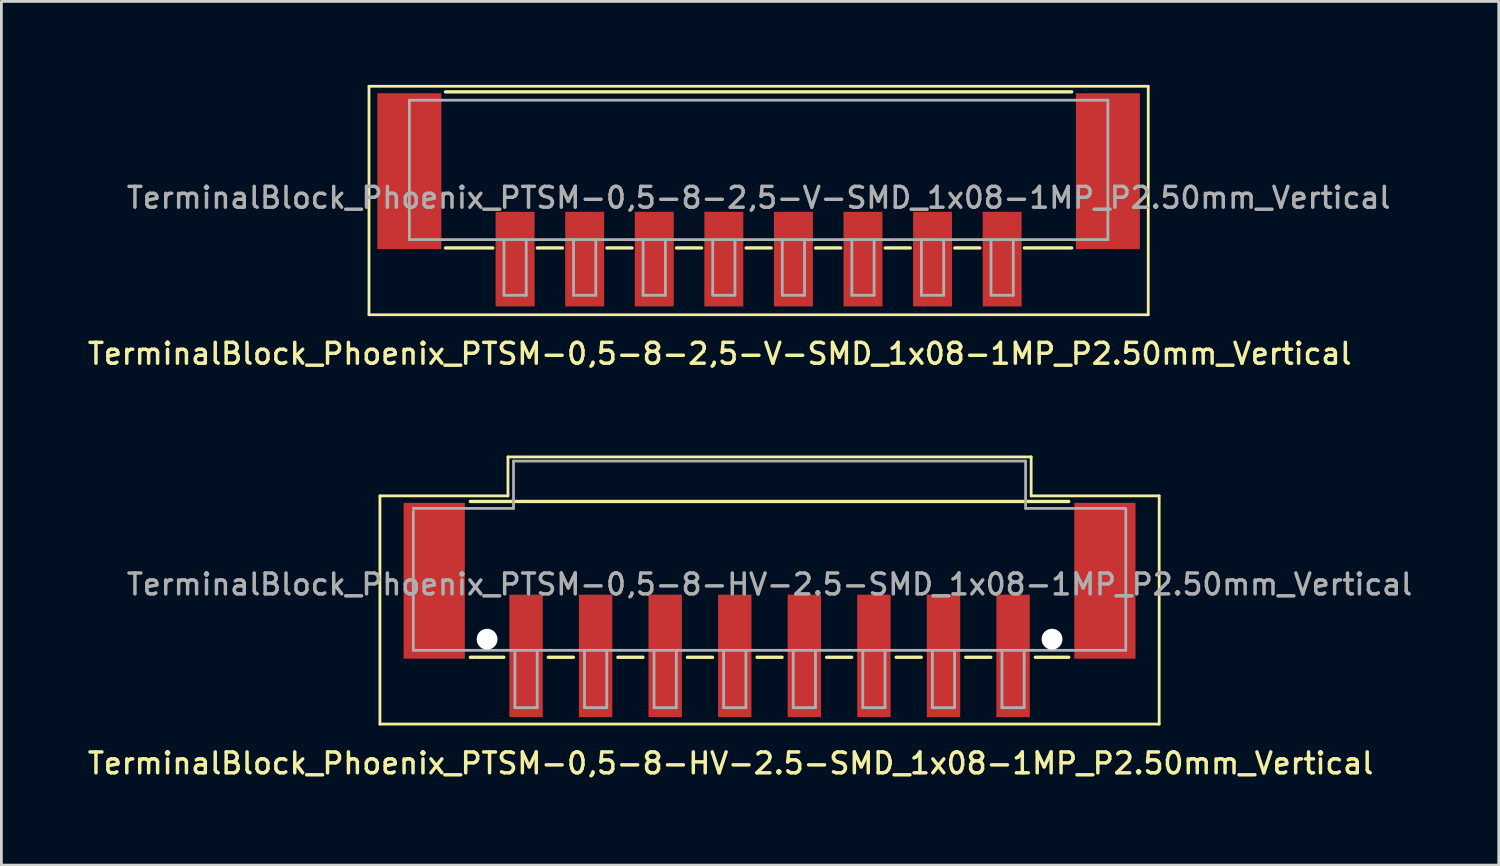
<source format=kicad_pcb>
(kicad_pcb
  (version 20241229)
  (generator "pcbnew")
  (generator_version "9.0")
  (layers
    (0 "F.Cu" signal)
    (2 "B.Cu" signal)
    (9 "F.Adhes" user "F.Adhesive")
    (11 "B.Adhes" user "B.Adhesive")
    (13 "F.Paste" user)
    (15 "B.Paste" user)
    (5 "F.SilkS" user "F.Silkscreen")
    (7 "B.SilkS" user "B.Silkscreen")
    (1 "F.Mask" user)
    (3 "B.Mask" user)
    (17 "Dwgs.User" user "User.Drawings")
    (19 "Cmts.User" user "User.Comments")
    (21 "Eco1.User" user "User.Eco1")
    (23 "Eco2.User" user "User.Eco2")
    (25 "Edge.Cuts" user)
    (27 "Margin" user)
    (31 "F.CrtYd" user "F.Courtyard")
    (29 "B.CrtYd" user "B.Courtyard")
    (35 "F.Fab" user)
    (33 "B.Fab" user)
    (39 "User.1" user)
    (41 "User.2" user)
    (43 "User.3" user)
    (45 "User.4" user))
  (footprint "TerminalBlock_Phoenix_PTSM-0,5-8-2,5-V-SMD_1x08-1MP_P2.50mm_Vertical"
    (layer "F.Cu")
    (at 24.209 4.13)
    (property "Reference" "TerminalBlock_Phoenix_PTSM-0,5-8-2,5-V-SMD_1x08-1MP_P2.50mm_Vertical" (at -1.4 5.53 0) (layer "F.SilkS") (effects (font (size 0.75 0.75) (thickness 0.125))))
    (attr smd)
    (fp_line (start -14 -4.08) (end 14 -4.08) (stroke (width 0.1) (type solid)) (layer "F.SilkS"))
    (fp_line (start -14 4.13) (end -14 -4.08) (stroke (width 0.1) (type solid)) (layer "F.SilkS"))
    (fp_line (start -11.25 -3.88) (end 11.25 -3.88) (stroke (width 0.12) (type solid)) (layer "F.SilkS"))
    (fp_line (start -9.55 1.73) (end -11.25 1.73) (stroke (width 0.12) (type solid)) (layer "F.SilkS"))
    (fp_line (start -7.05 1.73) (end -7.95 1.73) (stroke (width 0.12) (type solid)) (layer "F.SilkS"))
    (fp_line (start -4.55 1.73) (end -5.45 1.73) (stroke (width 0.12) (type solid)) (layer "F.SilkS"))
    (fp_line (start -2.05 1.73) (end -2.95 1.73) (stroke (width 0.12) (type solid)) (layer "F.SilkS"))
    (fp_line (start 0.45 1.73) (end -0.45 1.73) (stroke (width 0.12) (type solid)) (layer "F.SilkS"))
    (fp_line (start 2.95 1.73) (end 2.05 1.73) (stroke (width 0.12) (type solid)) (layer "F.SilkS"))
    (fp_line (start 5.45 1.73) (end 4.55 1.73) (stroke (width 0.12) (type solid)) (layer "F.SilkS"))
    (fp_line (start 7.95 1.73) (end 7.05 1.73) (stroke (width 0.12) (type solid)) (layer "F.SilkS"))
    (fp_line (start 11.25 1.73) (end 9.55 1.73) (stroke (width 0.12) (type solid)) (layer "F.SilkS"))
    (fp_line (start 14 -4.08) (end 14 4.13) (stroke (width 0.1) (type solid)) (layer "F.SilkS"))
    (fp_line (start 14 4.13) (end -14 4.13) (stroke (width 0.1) (type solid)) (layer "F.SilkS"))
    (fp_line (start -12.55 -3.58) (end 12.55 -3.58) (stroke (width 0.1) (type solid)) (layer "F.Fab"))
    (fp_line (start -12.55 1.43) (end -12.55 -3.58) (stroke (width 0.1) (type solid)) (layer "F.Fab"))
    (fp_line (start -9.15 1.43) (end -9.15 3.43) (stroke (width 0.1) (type solid)) (layer "F.Fab"))
    (fp_line (start -9.15 3.43) (end -8.35 3.43) (stroke (width 0.1) (type solid)) (layer "F.Fab"))
    (fp_line (start -8.35 1.43) (end -8.35 3.43) (stroke (width 0.1) (type solid)) (layer "F.Fab"))
    (fp_line (start -6.65 1.43) (end -6.65 3.43) (stroke (width 0.1) (type solid)) (layer "F.Fab"))
    (fp_line (start -6.65 3.43) (end -5.85 3.43) (stroke (width 0.1) (type solid)) (layer "F.Fab"))
    (fp_line (start -5.85 1.43) (end -5.85 3.43) (stroke (width 0.1) (type solid)) (layer "F.Fab"))
    (fp_line (start -4.15 1.43) (end -4.15 3.43) (stroke (width 0.1) (type solid)) (layer "F.Fab"))
    (fp_line (start -4.15 3.43) (end -3.35 3.43) (stroke (width 0.1) (type solid)) (layer "F.Fab"))
    (fp_line (start -3.35 1.43) (end -3.35 3.43) (stroke (width 0.1) (type solid)) (layer "F.Fab"))
    (fp_line (start -1.65 1.43) (end -1.65 3.43) (stroke (width 0.1) (type solid)) (layer "F.Fab"))
    (fp_line (start -1.65 3.43) (end -0.85 3.43) (stroke (width 0.1) (type solid)) (layer "F.Fab"))
    (fp_line (start -0.85 1.43) (end -0.85 3.43) (stroke (width 0.1) (type solid)) (layer "F.Fab"))
    (fp_line (start 0.85 1.43) (end 0.85 3.43) (stroke (width 0.1) (type solid)) (layer "F.Fab"))
    (fp_line (start 0.85 3.43) (end 1.65 3.43) (stroke (width 0.1) (type solid)) (layer "F.Fab"))
    (fp_line (start 1.65 1.43) (end 1.65 3.43) (stroke (width 0.1) (type solid)) (layer "F.Fab"))
    (fp_line (start 3.35 1.43) (end 3.35 3.43) (stroke (width 0.1) (type solid)) (layer "F.Fab"))
    (fp_line (start 3.35 3.43) (end 4.15 3.43) (stroke (width 0.1) (type solid)) (layer "F.Fab"))
    (fp_line (start 4.15 1.43) (end 4.15 3.43) (stroke (width 0.1) (type solid)) (layer "F.Fab"))
    (fp_line (start 5.85 1.43) (end 5.85 3.43) (stroke (width 0.1) (type solid)) (layer "F.Fab"))
    (fp_line (start 5.85 3.43) (end 6.65 3.43) (stroke (width 0.1) (type solid)) (layer "F.Fab"))
    (fp_line (start 6.65 1.43) (end 6.65 3.43) (stroke (width 0.1) (type solid)) (layer "F.Fab"))
    (fp_line (start 8.35 1.43) (end 8.35 3.43) (stroke (width 0.1) (type solid)) (layer "F.Fab"))
    (fp_line (start 8.35 3.43) (end 9.15 3.43) (stroke (width 0.1) (type solid)) (layer "F.Fab"))
    (fp_line (start 9.15 1.43) (end 9.15 3.43) (stroke (width 0.1) (type solid)) (layer "F.Fab"))
    (fp_line (start 12.55 1.43) (end -12.55 1.43) (stroke (width 0.1) (type solid)) (layer "F.Fab"))
    (fp_line (start 12.55 1.43) (end 12.55 -3.58) (stroke (width 0.1) (type solid)) (layer "F.Fab"))
    (fp_text user "${REFERENCE}" (at 0 -0.075 0) (layer "F.Fab") (effects (font (size 0.75 0.75) (thickness 0.125))))
    (pad "1" smd rect (at -8.75 2.13 180) (size 1.4 3.4) (layers "F.Cu" "F.Mask" "F.Paste"))
    (pad "2" smd rect (at -6.25 2.13 180) (size 1.4 3.4) (layers "F.Cu" "F.Mask" "F.Paste"))
    (pad "3" smd rect (at -3.75 2.13 180) (size 1.4 3.4) (layers "F.Cu" "F.Mask" "F.Paste"))
    (pad "4" smd rect (at -1.25 2.13 180) (size 1.4 3.4) (layers "F.Cu" "F.Mask" "F.Paste"))
    (pad "5" smd rect (at 1.25 2.13 180) (size 1.4 3.4) (layers "F.Cu" "F.Mask" "F.Paste"))
    (pad "6" smd rect (at 3.75 2.13 180) (size 1.4 3.4) (layers "F.Cu" "F.Mask" "F.Paste"))
    (pad "7" smd rect (at 6.25 2.13 180) (size 1.4 3.4) (layers "F.Cu" "F.Mask" "F.Paste"))
    (pad "8" smd rect (at 8.75 2.13 180) (size 1.4 3.4) (layers "F.Cu" "F.Mask" "F.Paste"))
    (pad "MP" smd rect (at -12.55 -1.03 180) (size 2.3 5.6) (layers "F.Cu" "F.Mask" "F.Paste"))
    (pad "MP" smd rect (at 12.55 -1.03 180) (size 2.3 5.6) (layers "F.Cu" "F.Mask" "F.Paste")))
  (footprint "TerminalBlock_Phoenix_PTSM-0,5-8-HV-2.5-SMD_1x08-1MP_P2.50mm_Vertical"
    (layer "F.Cu")
    (at 24.602 18.868)
    (property "Reference" "TerminalBlock_Phoenix_PTSM-0,5-8-HV-2.5-SMD_1x08-1MP_P2.50mm_Vertical" (at -1.4 5.51 0) (layer "F.SilkS") (effects (font (size 0.75 0.75) (thickness 0.125))))
    (attr smd)
    (fp_line (start -14 -4.1) (end -9.4 -4.1) (stroke (width 0.1) (type solid)) (layer "F.SilkS"))
    (fp_line (start -14 4.1) (end -14 -4.1) (stroke (width 0.1) (type solid)) (layer "F.SilkS"))
    (fp_line (start -10.75 -3.9) (end 10.75 -3.9) (stroke (width 0.12) (type solid)) (layer "F.SilkS"))
    (fp_line (start -9.55 1.7) (end -10.75 1.7) (stroke (width 0.12) (type solid)) (layer "F.SilkS"))
    (fp_line (start -9.4 -5.5) (end 9.4 -5.5) (stroke (width 0.1) (type solid)) (layer "F.SilkS"))
    (fp_line (start -9.4 -4.1) (end -9.4 -5.5) (stroke (width 0.1) (type solid)) (layer "F.SilkS"))
    (fp_line (start -7.05 1.7) (end -7.95 1.7) (stroke (width 0.12) (type solid)) (layer "F.SilkS"))
    (fp_line (start -4.55 1.7) (end -5.45 1.7) (stroke (width 0.12) (type solid)) (layer "F.SilkS"))
    (fp_line (start -2.05 1.7) (end -2.95 1.7) (stroke (width 0.12) (type solid)) (layer "F.SilkS"))
    (fp_line (start 0.45 1.7) (end -0.45 1.7) (stroke (width 0.12) (type solid)) (layer "F.SilkS"))
    (fp_line (start 2.95 1.7) (end 2.05 1.7) (stroke (width 0.12) (type solid)) (layer "F.SilkS"))
    (fp_line (start 5.45 1.7) (end 4.55 1.7) (stroke (width 0.12) (type solid)) (layer "F.SilkS"))
    (fp_line (start 7.95 1.7) (end 7.05 1.7) (stroke (width 0.12) (type solid)) (layer "F.SilkS"))
    (fp_line (start 9.4 -4.1) (end 9.4 -5.5) (stroke (width 0.1) (type solid)) (layer "F.SilkS"))
    (fp_line (start 10.75 1.7) (end 9.55 1.7) (stroke (width 0.12) (type solid)) (layer "F.SilkS"))
    (fp_line (start 14 -4.1) (end 9.4 -4.1) (stroke (width 0.1) (type solid)) (layer "F.SilkS"))
    (fp_line (start 14 -4.1) (end 14 4.1) (stroke (width 0.1) (type solid)) (layer "F.SilkS"))
    (fp_line (start 14 4.1) (end -14 4.1) (stroke (width 0.1) (type solid)) (layer "F.SilkS"))
    (fp_line (start -12.8 -3.65) (end -9.2 -3.65) (stroke (width 0.1) (type solid)) (layer "F.Fab"))
    (fp_line (start -12.8 1.45) (end -12.8 -3.55) (stroke (width 0.1) (type solid)) (layer "F.Fab"))
    (fp_line (start -9.2 -5.35) (end 9.2 -5.35) (stroke (width 0.1) (type solid)) (layer "F.Fab"))
    (fp_line (start -9.2 -3.65) (end -9.2 -5.35) (stroke (width 0.1) (type solid)) (layer "F.Fab"))
    (fp_line (start -9.15 1.45) (end -9.15 3.51) (stroke (width 0.1) (type solid)) (layer "F.Fab"))
    (fp_line (start -9.15 3.51) (end -8.35 3.51) (stroke (width 0.1) (type solid)) (layer "F.Fab"))
    (fp_line (start -8.35 1.45) (end -8.35 3.51) (stroke (width 0.1) (type solid)) (layer "F.Fab"))
    (fp_line (start -6.65 1.45) (end -6.65 3.51) (stroke (width 0.1) (type solid)) (layer "F.Fab"))
    (fp_line (start -6.65 3.51) (end -5.85 3.51) (stroke (width 0.1) (type solid)) (layer "F.Fab"))
    (fp_line (start -5.85 1.45) (end -5.85 3.51) (stroke (width 0.1) (type solid)) (layer "F.Fab"))
    (fp_line (start -4.15 1.45) (end -4.15 3.51) (stroke (width 0.1) (type solid)) (layer "F.Fab"))
    (fp_line (start -4.15 3.51) (end -3.35 3.51) (stroke (width 0.1) (type solid)) (layer "F.Fab"))
    (fp_line (start -3.35 1.45) (end -3.35 3.51) (stroke (width 0.1) (type solid)) (layer "F.Fab"))
    (fp_line (start -1.65 1.45) (end -1.65 3.51) (stroke (width 0.1) (type solid)) (layer "F.Fab"))
    (fp_line (start -1.65 3.51) (end -0.85 3.51) (stroke (width 0.1) (type solid)) (layer "F.Fab"))
    (fp_line (start -0.85 1.45) (end -0.85 3.51) (stroke (width 0.1) (type solid)) (layer "F.Fab"))
    (fp_line (start 0.85 1.45) (end 0.85 3.51) (stroke (width 0.1) (type solid)) (layer "F.Fab"))
    (fp_line (start 0.85 3.51) (end 1.65 3.51) (stroke (width 0.1) (type solid)) (layer "F.Fab"))
    (fp_line (start 1.65 1.45) (end 1.65 3.51) (stroke (width 0.1) (type solid)) (layer "F.Fab"))
    (fp_line (start 3.35 1.45) (end 3.35 3.51) (stroke (width 0.1) (type solid)) (layer "F.Fab"))
    (fp_line (start 3.35 3.51) (end 4.15 3.51) (stroke (width 0.1) (type solid)) (layer "F.Fab"))
    (fp_line (start 4.15 1.45) (end 4.15 3.51) (stroke (width 0.1) (type solid)) (layer "F.Fab"))
    (fp_line (start 5.85 1.45) (end 5.85 3.51) (stroke (width 0.1) (type solid)) (layer "F.Fab"))
    (fp_line (start 5.85 3.51) (end 6.65 3.51) (stroke (width 0.1) (type solid)) (layer "F.Fab"))
    (fp_line (start 6.65 1.45) (end 6.65 3.51) (stroke (width 0.1) (type solid)) (layer "F.Fab"))
    (fp_line (start 8.35 1.45) (end 8.35 3.51) (stroke (width 0.1) (type solid)) (layer "F.Fab"))
    (fp_line (start 8.35 3.51) (end 9.15 3.51) (stroke (width 0.1) (type solid)) (layer "F.Fab"))
    (fp_line (start 9.15 1.45) (end 9.15 3.51) (stroke (width 0.1) (type solid)) (layer "F.Fab"))
    (fp_line (start 9.2 -5.35) (end 9.2 -3.65) (stroke (width 0.1) (type solid)) (layer "F.Fab"))
    (fp_line (start 9.2 -3.65) (end 12.8 -3.65) (stroke (width 0.1) (type solid)) (layer "F.Fab"))
    (fp_line (start 12.8 1.45) (end -12.8 1.45) (stroke (width 0.1) (type solid)) (layer "F.Fab"))
    (fp_line (start 12.8 1.45) (end 12.8 -3.6) (stroke (width 0.1) (type solid)) (layer "F.Fab"))
    (fp_text user "${REFERENCE}" (at 0 -0.92 0) (layer "F.Fab") (effects (font (size 0.75 0.75) (thickness 0.125))))
    (pad "" np_thru_hole circle (at -10.15 1.05) (size 0.75 0.75) (drill 1) (layers "*.Cu" "*.Mask"))
    (pad "" np_thru_hole circle (at 10.15 1.05) (size 0.75 0.75) (drill 1) (layers "*.Cu" "*.Mask"))
    (pad "1" smd rect (at -8.75 1.65 180) (size 1.2 4.4) (layers "F.Cu" "F.Mask" "F.Paste"))
    (pad "2" smd rect (at -6.25 1.65 180) (size 1.2 4.4) (layers "F.Cu" "F.Mask" "F.Paste"))
    (pad "3" smd rect (at -3.75 1.65 180) (size 1.2 4.4) (layers "F.Cu" "F.Mask" "F.Paste"))
    (pad "4" smd rect (at -1.25 1.65 180) (size 1.2 4.4) (layers "F.Cu" "F.Mask" "F.Paste"))
    (pad "5" smd rect (at 1.25 1.65 180) (size 1.2 4.4) (layers "F.Cu" "F.Mask" "F.Paste"))
    (pad "6" smd rect (at 3.75 1.65 180) (size 1.2 4.4) (layers "F.Cu" "F.Mask" "F.Paste"))
    (pad "7" smd rect (at 6.25 1.65 180) (size 1.2 4.4) (layers "F.Cu" "F.Mask" "F.Paste"))
    (pad "8" smd rect (at 8.75 1.65 180) (size 1.2 4.4) (layers "F.Cu" "F.Mask" "F.Paste"))
    (pad "MP" smd rect (at -12.05 -1.05 180) (size 2.2 5.6) (layers "F.Cu" "F.Mask" "F.Paste"))
    (pad "MP" smd rect (at 12.05 -1.05 180) (size 2.2 5.6) (layers "F.Cu" "F.Mask" "F.Paste")))
  (gr_rect
    (start -3 -3)
    (end 50.804 28.036)
    (stroke (width 0.1) (type default))
    (fill no)
    (layer "Edge.Cuts")))
</source>
